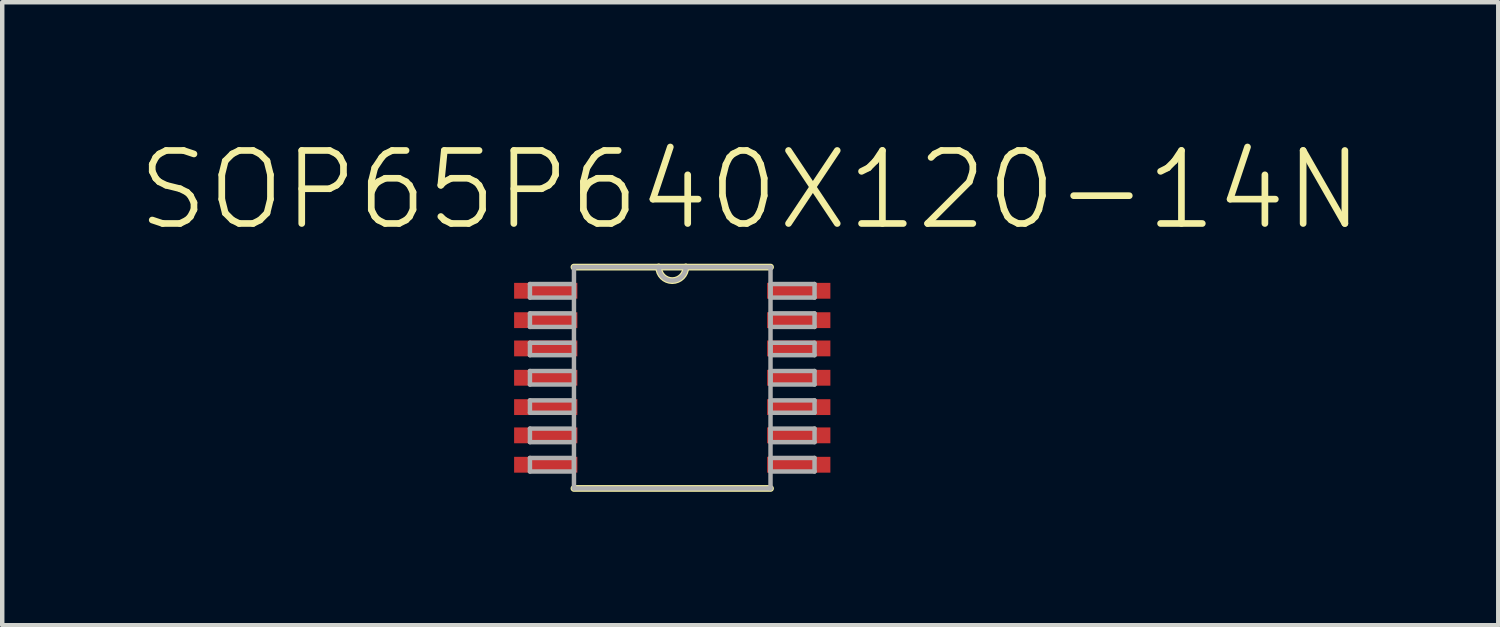
<source format=kicad_pcb>
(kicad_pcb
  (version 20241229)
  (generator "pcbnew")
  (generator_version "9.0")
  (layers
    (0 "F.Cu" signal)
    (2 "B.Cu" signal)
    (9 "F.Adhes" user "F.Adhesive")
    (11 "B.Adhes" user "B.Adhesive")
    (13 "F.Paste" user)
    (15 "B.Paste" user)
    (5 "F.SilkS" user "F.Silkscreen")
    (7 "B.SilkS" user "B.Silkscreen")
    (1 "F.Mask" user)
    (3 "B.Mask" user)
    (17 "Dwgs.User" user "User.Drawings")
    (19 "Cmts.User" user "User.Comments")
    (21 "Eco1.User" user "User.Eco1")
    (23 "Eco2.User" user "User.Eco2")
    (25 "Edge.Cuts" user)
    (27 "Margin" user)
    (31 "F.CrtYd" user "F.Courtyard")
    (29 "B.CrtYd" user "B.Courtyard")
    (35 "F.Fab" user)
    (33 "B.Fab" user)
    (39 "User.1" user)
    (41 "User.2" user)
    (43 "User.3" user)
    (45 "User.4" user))
  (footprint "SOP65P640X120-14N"
    (layer "F.Cu")
    (at 12.067 5.445)
    (property "Reference" "SOP65P640X120-14N" (at 1.755 -4.221 0) (layer "F.SilkS") (effects (font (size 1.642 1.642) (thickness 0.15))))
    (attr smd)
    (fp_line (start -2.21 2.489) (end 2.21 2.489) (stroke (width 0.152) (type solid)) (layer "F.SilkS"))
    (fp_line (start -0.305 -2.489) (end -2.21 -2.489) (stroke (width 0.152) (type solid)) (layer "F.SilkS"))
    (fp_line (start 0.305 -2.489) (end -0.305 -2.489) (stroke (width 0.152) (type solid)) (layer "F.SilkS"))
    (fp_line (start 2.21 -2.489) (end 0.305 -2.489) (stroke (width 0.152) (type solid)) (layer "F.SilkS"))
    (fp_arc (start 0.3048 -2.4892) (mid 0 -2.1844) (end -0.3048 -2.4892) (stroke (width 0.1524) (type solid)) (layer "F.SilkS"))
    (fp_line (start -3.2 -2.108) (end -3.2 -1.803) (stroke (width 0.1) (type solid)) (layer "F.Fab"))
    (fp_line (start -3.2 -1.803) (end -2.21 -1.803) (stroke (width 0.1) (type solid)) (layer "F.Fab"))
    (fp_line (start -3.2 -1.448) (end -3.2 -1.143) (stroke (width 0.1) (type solid)) (layer "F.Fab"))
    (fp_line (start -3.2 -1.143) (end -2.21 -1.143) (stroke (width 0.1) (type solid)) (layer "F.Fab"))
    (fp_line (start -3.2 -0.787) (end -3.2 -0.508) (stroke (width 0.1) (type solid)) (layer "F.Fab"))
    (fp_line (start -3.2 -0.508) (end -2.21 -0.508) (stroke (width 0.1) (type solid)) (layer "F.Fab"))
    (fp_line (start -3.2 -0.152) (end -3.2 0.152) (stroke (width 0.1) (type solid)) (layer "F.Fab"))
    (fp_line (start -3.2 0.152) (end -2.21 0.152) (stroke (width 0.1) (type solid)) (layer "F.Fab"))
    (fp_line (start -3.2 0.508) (end -3.2 0.787) (stroke (width 0.1) (type solid)) (layer "F.Fab"))
    (fp_line (start -3.2 0.787) (end -2.21 0.787) (stroke (width 0.1) (type solid)) (layer "F.Fab"))
    (fp_line (start -3.2 1.143) (end -3.2 1.448) (stroke (width 0.1) (type solid)) (layer "F.Fab"))
    (fp_line (start -3.2 1.448) (end -2.21 1.448) (stroke (width 0.1) (type solid)) (layer "F.Fab"))
    (fp_line (start -3.2 1.803) (end -3.2 2.108) (stroke (width 0.1) (type solid)) (layer "F.Fab"))
    (fp_line (start -3.2 2.108) (end -2.21 2.108) (stroke (width 0.1) (type solid)) (layer "F.Fab"))
    (fp_line (start -2.21 -2.489) (end -2.21 2.489) (stroke (width 0.1) (type solid)) (layer "F.Fab"))
    (fp_line (start -2.21 -2.108) (end -3.2 -2.108) (stroke (width 0.1) (type solid)) (layer "F.Fab"))
    (fp_line (start -2.21 -1.803) (end -2.21 -2.108) (stroke (width 0.1) (type solid)) (layer "F.Fab"))
    (fp_line (start -2.21 -1.448) (end -3.2 -1.448) (stroke (width 0.1) (type solid)) (layer "F.Fab"))
    (fp_line (start -2.21 -1.143) (end -2.21 -1.448) (stroke (width 0.1) (type solid)) (layer "F.Fab"))
    (fp_line (start -2.21 -0.787) (end -3.2 -0.787) (stroke (width 0.1) (type solid)) (layer "F.Fab"))
    (fp_line (start -2.21 -0.508) (end -2.21 -0.787) (stroke (width 0.1) (type solid)) (layer "F.Fab"))
    (fp_line (start -2.21 -0.152) (end -3.2 -0.152) (stroke (width 0.1) (type solid)) (layer "F.Fab"))
    (fp_line (start -2.21 0.152) (end -2.21 -0.152) (stroke (width 0.1) (type solid)) (layer "F.Fab"))
    (fp_line (start -2.21 0.508) (end -3.2 0.508) (stroke (width 0.1) (type solid)) (layer "F.Fab"))
    (fp_line (start -2.21 0.787) (end -2.21 0.508) (stroke (width 0.1) (type solid)) (layer "F.Fab"))
    (fp_line (start -2.21 1.143) (end -3.2 1.143) (stroke (width 0.1) (type solid)) (layer "F.Fab"))
    (fp_line (start -2.21 1.448) (end -2.21 1.143) (stroke (width 0.1) (type solid)) (layer "F.Fab"))
    (fp_line (start -2.21 1.803) (end -3.2 1.803) (stroke (width 0.1) (type solid)) (layer "F.Fab"))
    (fp_line (start -2.21 2.108) (end -2.21 1.803) (stroke (width 0.1) (type solid)) (layer "F.Fab"))
    (fp_line (start -2.21 2.489) (end 2.21 2.489) (stroke (width 0.1) (type solid)) (layer "F.Fab"))
    (fp_line (start -0.305 -2.489) (end -2.21 -2.489) (stroke (width 0.1) (type solid)) (layer "F.Fab"))
    (fp_line (start 0.305 -2.489) (end -0.305 -2.489) (stroke (width 0.1) (type solid)) (layer "F.Fab"))
    (fp_line (start 2.21 -2.489) (end 0.305 -2.489) (stroke (width 0.1) (type solid)) (layer "F.Fab"))
    (fp_line (start 2.21 -2.108) (end 2.21 -1.803) (stroke (width 0.1) (type solid)) (layer "F.Fab"))
    (fp_line (start 2.21 -1.803) (end 3.2 -1.803) (stroke (width 0.1) (type solid)) (layer "F.Fab"))
    (fp_line (start 2.21 -1.448) (end 2.21 -1.143) (stroke (width 0.1) (type solid)) (layer "F.Fab"))
    (fp_line (start 2.21 -1.143) (end 3.2 -1.143) (stroke (width 0.1) (type solid)) (layer "F.Fab"))
    (fp_line (start 2.21 -0.787) (end 2.21 -0.508) (stroke (width 0.1) (type solid)) (layer "F.Fab"))
    (fp_line (start 2.21 -0.508) (end 3.2 -0.508) (stroke (width 0.1) (type solid)) (layer "F.Fab"))
    (fp_line (start 2.21 -0.152) (end 2.21 0.152) (stroke (width 0.1) (type solid)) (layer "F.Fab"))
    (fp_line (start 2.21 0.152) (end 3.2 0.152) (stroke (width 0.1) (type solid)) (layer "F.Fab"))
    (fp_line (start 2.21 0.508) (end 2.21 0.787) (stroke (width 0.1) (type solid)) (layer "F.Fab"))
    (fp_line (start 2.21 0.787) (end 3.2 0.787) (stroke (width 0.1) (type solid)) (layer "F.Fab"))
    (fp_line (start 2.21 1.143) (end 2.21 1.448) (stroke (width 0.1) (type solid)) (layer "F.Fab"))
    (fp_line (start 2.21 1.448) (end 3.2 1.448) (stroke (width 0.1) (type solid)) (layer "F.Fab"))
    (fp_line (start 2.21 1.803) (end 2.21 2.108) (stroke (width 0.1) (type solid)) (layer "F.Fab"))
    (fp_line (start 2.21 2.108) (end 3.2 2.108) (stroke (width 0.1) (type solid)) (layer "F.Fab"))
    (fp_line (start 2.21 2.489) (end 2.21 -2.489) (stroke (width 0.1) (type solid)) (layer "F.Fab"))
    (fp_line (start 3.2 -2.108) (end 2.21 -2.108) (stroke (width 0.1) (type solid)) (layer "F.Fab"))
    (fp_line (start 3.2 -1.803) (end 3.2 -2.108) (stroke (width 0.1) (type solid)) (layer "F.Fab"))
    (fp_line (start 3.2 -1.448) (end 2.21 -1.448) (stroke (width 0.1) (type solid)) (layer "F.Fab"))
    (fp_line (start 3.2 -1.143) (end 3.2 -1.448) (stroke (width 0.1) (type solid)) (layer "F.Fab"))
    (fp_line (start 3.2 -0.787) (end 2.21 -0.787) (stroke (width 0.1) (type solid)) (layer "F.Fab"))
    (fp_line (start 3.2 -0.508) (end 3.2 -0.787) (stroke (width 0.1) (type solid)) (layer "F.Fab"))
    (fp_line (start 3.2 -0.152) (end 2.21 -0.152) (stroke (width 0.1) (type solid)) (layer "F.Fab"))
    (fp_line (start 3.2 0.152) (end 3.2 -0.152) (stroke (width 0.1) (type solid)) (layer "F.Fab"))
    (fp_line (start 3.2 0.508) (end 2.21 0.508) (stroke (width 0.1) (type solid)) (layer "F.Fab"))
    (fp_line (start 3.2 0.787) (end 3.2 0.508) (stroke (width 0.1) (type solid)) (layer "F.Fab"))
    (fp_line (start 3.2 1.143) (end 2.21 1.143) (stroke (width 0.1) (type solid)) (layer "F.Fab"))
    (fp_line (start 3.2 1.448) (end 3.2 1.143) (stroke (width 0.1) (type solid)) (layer "F.Fab"))
    (fp_line (start 3.2 1.803) (end 2.21 1.803) (stroke (width 0.1) (type solid)) (layer "F.Fab"))
    (fp_line (start 3.2 2.108) (end 3.2 1.803) (stroke (width 0.1) (type solid)) (layer "F.Fab"))
    (fp_arc (start 0.3048 -2.4892) (mid 0 -2.1844) (end -0.3048 -2.4892) (stroke (width 0.1) (type solid)) (layer "F.Fab"))
    (pad "1" smd rect (at -2.845 -1.956) (size 1.422 0.356) (layers "F.Cu" "F.Mask" "F.Paste"))
    (pad "2" smd rect (at -2.845 -1.295) (size 1.422 0.356) (layers "F.Cu" "F.Mask" "F.Paste"))
    (pad "3" smd rect (at -2.845 -0.66) (size 1.422 0.356) (layers "F.Cu" "F.Mask" "F.Paste"))
    (pad "4" smd rect (at -2.845 0) (size 1.422 0.356) (layers "F.Cu" "F.Mask" "F.Paste"))
    (pad "5" smd rect (at -2.845 0.66) (size 1.422 0.356) (layers "F.Cu" "F.Mask" "F.Paste"))
    (pad "6" smd rect (at -2.845 1.295) (size 1.422 0.356) (layers "F.Cu" "F.Mask" "F.Paste"))
    (pad "7" smd rect (at -2.845 1.956) (size 1.422 0.356) (layers "F.Cu" "F.Mask" "F.Paste"))
    (pad "8" smd rect (at 2.845 1.956) (size 1.422 0.356) (layers "F.Cu" "F.Mask" "F.Paste"))
    (pad "9" smd rect (at 2.845 1.295) (size 1.422 0.356) (layers "F.Cu" "F.Mask" "F.Paste"))
    (pad "10" smd rect (at 2.845 0.66) (size 1.422 0.356) (layers "F.Cu" "F.Mask" "F.Paste"))
    (pad "11" smd rect (at 2.845 0) (size 1.422 0.356) (layers "F.Cu" "F.Mask" "F.Paste"))
    (pad "12" smd rect (at 2.845 -0.66) (size 1.422 0.356) (layers "F.Cu" "F.Mask" "F.Paste"))
    (pad "13" smd rect (at 2.845 -1.295) (size 1.422 0.356) (layers "F.Cu" "F.Mask" "F.Paste"))
    (pad "14" smd rect (at 2.845 -1.956) (size 1.422 0.356) (layers "F.Cu" "F.Mask" "F.Paste")))
  (gr_rect
    (start -3 -3)
    (end 30.642 11.01)
    (stroke (width 0.1) (type default))
    (fill no)
    (layer "Edge.Cuts")))
</source>
